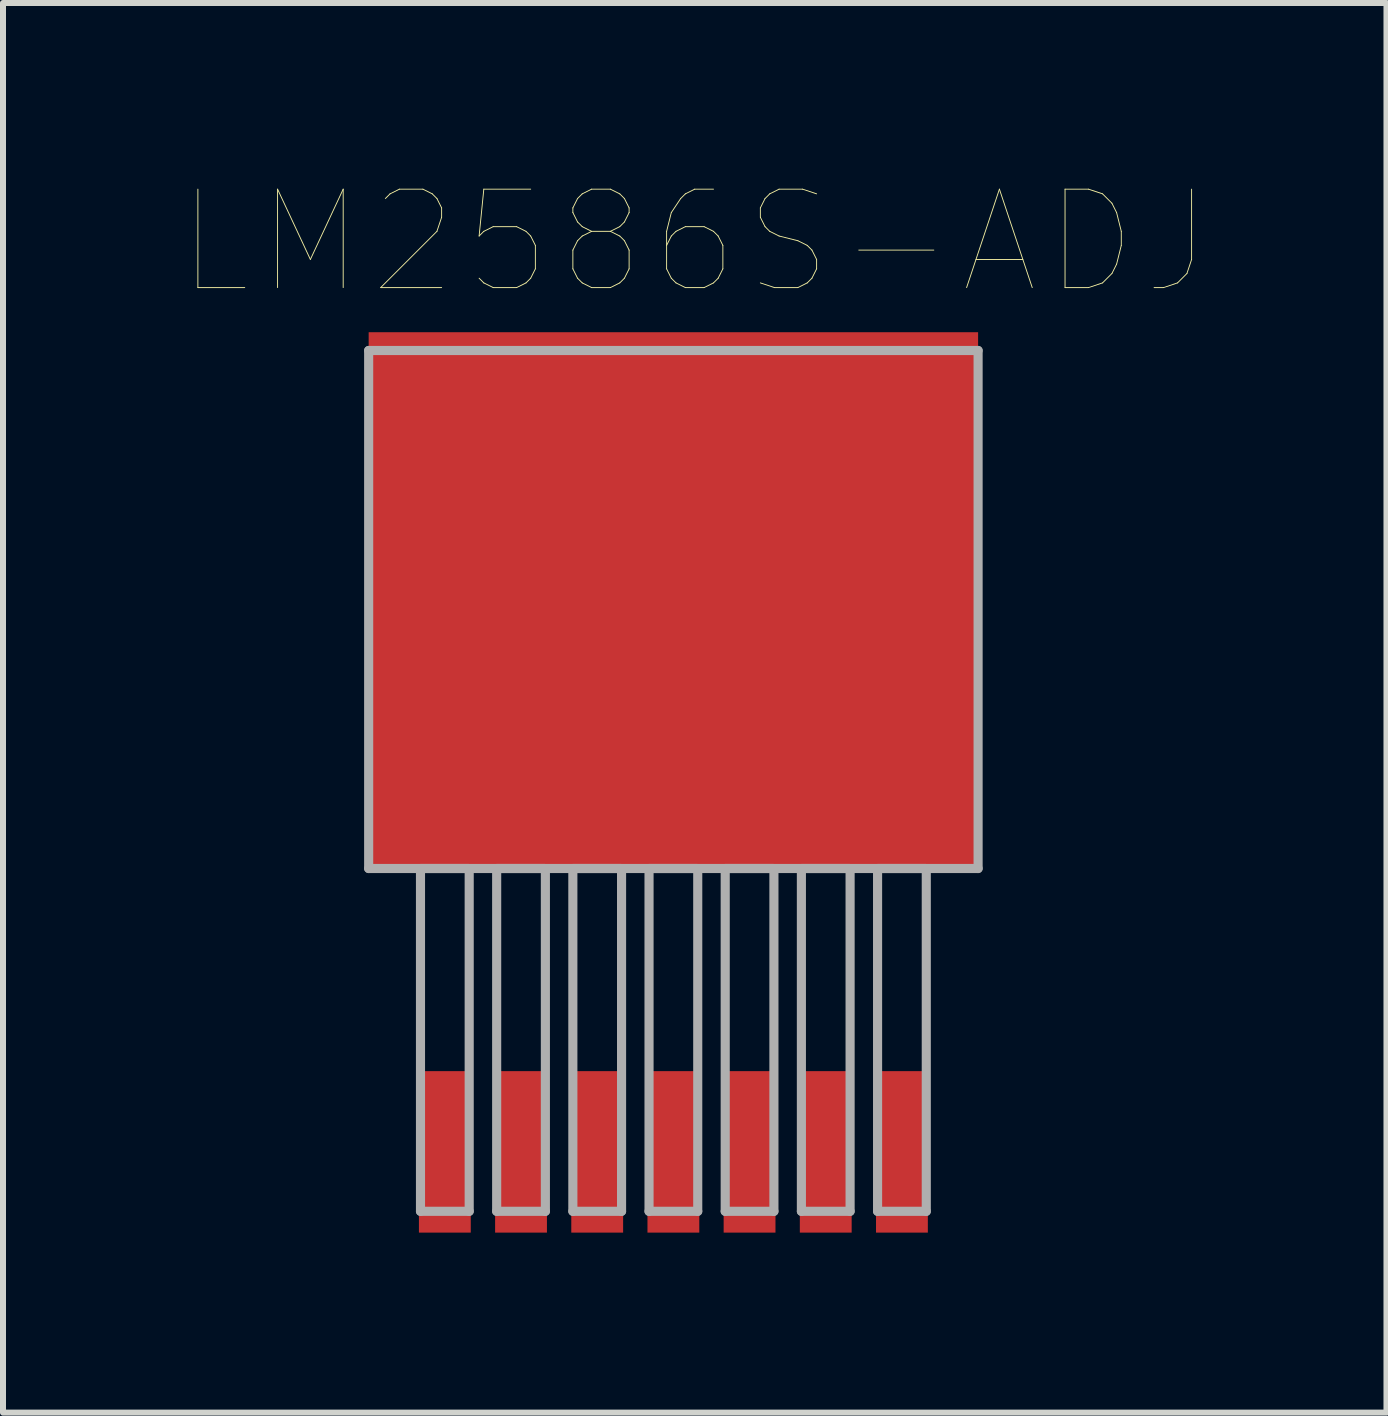
<source format=kicad_pcb>
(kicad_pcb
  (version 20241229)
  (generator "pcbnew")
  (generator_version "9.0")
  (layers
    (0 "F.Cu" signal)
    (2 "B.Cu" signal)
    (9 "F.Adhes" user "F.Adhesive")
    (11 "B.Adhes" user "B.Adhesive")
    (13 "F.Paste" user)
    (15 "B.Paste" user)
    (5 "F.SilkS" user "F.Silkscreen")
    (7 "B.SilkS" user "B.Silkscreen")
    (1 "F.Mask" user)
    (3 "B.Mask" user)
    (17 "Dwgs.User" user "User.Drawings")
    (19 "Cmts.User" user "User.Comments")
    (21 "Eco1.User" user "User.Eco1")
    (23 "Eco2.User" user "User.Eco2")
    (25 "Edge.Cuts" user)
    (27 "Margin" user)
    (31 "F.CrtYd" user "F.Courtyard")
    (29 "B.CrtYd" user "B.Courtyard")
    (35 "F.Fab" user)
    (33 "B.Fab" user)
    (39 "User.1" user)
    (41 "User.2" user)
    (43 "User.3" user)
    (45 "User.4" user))
  (footprint "LM2586S-ADJ"
    (layer "F.Cu")
    (at 8.176 7.111)
    (property "Reference" "LM2586S-ADJ" (at 0.356 -6.125 0) (layer "F.SilkS") (effects (font (size 1.641 1.641) (thickness 0.015))))
    (attr through_hole)
    (fp_line (start -5.08 -4.318) (end -5.08 4.318) (stroke (width 0.152) (type solid)) (layer "F.Fab"))
    (fp_line (start -5.08 4.318) (end 5.08 4.318) (stroke (width 0.152) (type solid)) (layer "F.Fab"))
    (fp_line (start -4.216 4.318) (end -4.216 10.033) (stroke (width 0.152) (type solid)) (layer "F.Fab"))
    (fp_line (start -4.216 10.033) (end -3.404 10.033) (stroke (width 0.152) (type solid)) (layer "F.Fab"))
    (fp_line (start -3.404 4.318) (end -4.216 4.318) (stroke (width 0.152) (type solid)) (layer "F.Fab"))
    (fp_line (start -3.404 10.033) (end -3.404 4.318) (stroke (width 0.152) (type solid)) (layer "F.Fab"))
    (fp_line (start -2.946 4.318) (end -2.946 10.033) (stroke (width 0.152) (type solid)) (layer "F.Fab"))
    (fp_line (start -2.946 10.033) (end -2.134 10.033) (stroke (width 0.152) (type solid)) (layer "F.Fab"))
    (fp_line (start -2.134 4.318) (end -2.946 4.318) (stroke (width 0.152) (type solid)) (layer "F.Fab"))
    (fp_line (start -2.134 10.033) (end -2.134 4.318) (stroke (width 0.152) (type solid)) (layer "F.Fab"))
    (fp_line (start -1.676 4.318) (end -1.676 10.033) (stroke (width 0.152) (type solid)) (layer "F.Fab"))
    (fp_line (start -1.676 10.033) (end -0.864 10.033) (stroke (width 0.152) (type solid)) (layer "F.Fab"))
    (fp_line (start -0.864 4.318) (end -1.676 4.318) (stroke (width 0.152) (type solid)) (layer "F.Fab"))
    (fp_line (start -0.864 10.033) (end -0.864 4.318) (stroke (width 0.152) (type solid)) (layer "F.Fab"))
    (fp_line (start -0.406 4.318) (end -0.406 10.033) (stroke (width 0.152) (type solid)) (layer "F.Fab"))
    (fp_line (start -0.406 10.033) (end 0.406 10.033) (stroke (width 0.152) (type solid)) (layer "F.Fab"))
    (fp_line (start 0.406 4.318) (end -0.406 4.318) (stroke (width 0.152) (type solid)) (layer "F.Fab"))
    (fp_line (start 0.406 10.033) (end 0.406 4.318) (stroke (width 0.152) (type solid)) (layer "F.Fab"))
    (fp_line (start 0.864 4.318) (end 0.864 10.033) (stroke (width 0.152) (type solid)) (layer "F.Fab"))
    (fp_line (start 0.864 10.033) (end 1.676 10.033) (stroke (width 0.152) (type solid)) (layer "F.Fab"))
    (fp_line (start 1.676 4.318) (end 0.864 4.318) (stroke (width 0.152) (type solid)) (layer "F.Fab"))
    (fp_line (start 1.676 10.033) (end 1.676 4.318) (stroke (width 0.152) (type solid)) (layer "F.Fab"))
    (fp_line (start 2.134 4.318) (end 2.134 10.033) (stroke (width 0.152) (type solid)) (layer "F.Fab"))
    (fp_line (start 2.134 10.033) (end 2.946 10.033) (stroke (width 0.152) (type solid)) (layer "F.Fab"))
    (fp_line (start 2.946 4.318) (end 2.134 4.318) (stroke (width 0.152) (type solid)) (layer "F.Fab"))
    (fp_line (start 2.946 10.033) (end 2.946 4.318) (stroke (width 0.152) (type solid)) (layer "F.Fab"))
    (fp_line (start 3.404 4.318) (end 3.404 10.033) (stroke (width 0.152) (type solid)) (layer "F.Fab"))
    (fp_line (start 3.404 10.033) (end 4.216 10.033) (stroke (width 0.152) (type solid)) (layer "F.Fab"))
    (fp_line (start 4.216 4.318) (end 3.404 4.318) (stroke (width 0.152) (type solid)) (layer "F.Fab"))
    (fp_line (start 4.216 10.033) (end 4.216 4.318) (stroke (width 0.152) (type solid)) (layer "F.Fab"))
    (fp_line (start 5.08 -4.318) (end -5.08 -4.318) (stroke (width 0.152) (type solid)) (layer "F.Fab"))
    (fp_line (start 5.08 4.318) (end 5.08 -4.318) (stroke (width 0.152) (type solid)) (layer "F.Fab"))
    (pad "1" smd rect (at -3.81 9.042) (size 0.864 2.692) (layers "F.Cu" "F.Mask" "F.Paste"))
    (pad "2" smd rect (at -2.54 9.042) (size 0.864 2.692) (layers "F.Cu" "F.Mask" "F.Paste"))
    (pad "3" smd rect (at -1.27 9.042) (size 0.864 2.692) (layers "F.Cu" "F.Mask" "F.Paste"))
    (pad "4" smd rect (at 0 9.042) (size 0.864 2.692) (layers "F.Cu" "F.Mask" "F.Paste"))
    (pad "5" smd rect (at 1.27 9.042) (size 0.864 2.692) (layers "F.Cu" "F.Mask" "F.Paste"))
    (pad "6" smd rect (at 2.54 9.042) (size 0.864 2.692) (layers "F.Cu" "F.Mask" "F.Paste"))
    (pad "7" smd rect (at 3.81 9.042) (size 0.864 2.692) (layers "F.Cu" "F.Mask" "F.Paste"))
    (pad "8" smd rect (at 0 -0.152) (size 10.16 8.941) (layers "F.Cu" "F.Mask" "F.Paste")))
  (gr_rect
    (start -3 -3)
    (end 20.064 20.5)
    (stroke (width 0.1) (type default))
    (fill no)
    (layer "Edge.Cuts")))
</source>
